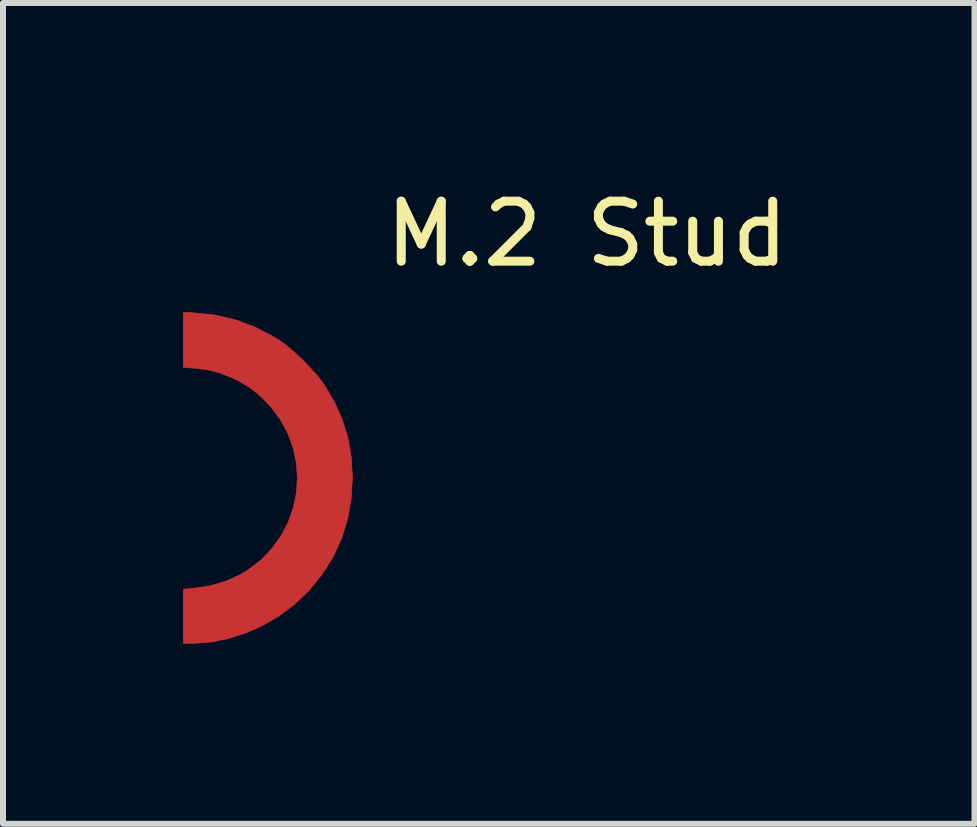
<source format=kicad_pcb>
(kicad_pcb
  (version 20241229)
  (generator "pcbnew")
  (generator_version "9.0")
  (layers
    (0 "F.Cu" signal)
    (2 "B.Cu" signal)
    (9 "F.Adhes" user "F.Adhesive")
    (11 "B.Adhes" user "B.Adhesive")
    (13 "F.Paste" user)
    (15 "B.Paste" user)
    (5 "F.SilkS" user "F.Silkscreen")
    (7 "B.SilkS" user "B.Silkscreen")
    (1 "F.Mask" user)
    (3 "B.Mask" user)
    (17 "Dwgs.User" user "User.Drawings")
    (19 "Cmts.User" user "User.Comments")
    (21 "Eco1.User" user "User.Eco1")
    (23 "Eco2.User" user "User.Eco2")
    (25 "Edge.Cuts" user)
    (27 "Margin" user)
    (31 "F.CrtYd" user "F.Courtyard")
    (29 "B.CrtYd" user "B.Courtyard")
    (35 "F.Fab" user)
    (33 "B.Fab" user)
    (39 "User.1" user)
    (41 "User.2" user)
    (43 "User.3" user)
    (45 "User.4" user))
  (footprint "M.2 Stud"
    (layer "F.Cu")
    (at 0.482 4.858)
    (property "Reference" "M.2 Stud" (at 6.25 -4.01 0) (layer "F.SilkS") (effects (font (size 1 1) (thickness 0.15))))
    (attr through_hole)
    (fp_poly (pts (xy -0.302 -2.695) (xy 0.043 -2.66) (xy 0.376 -2.584) (xy 0.697 -2.467) (xy 1.004 -2.31) (xy 1.153 -2.217) (xy 1.259 -2.138) (xy 1.381 -2.033) (xy 1.509 -1.912) (xy 1.633 -1.784) (xy 1.746 -1.659) (xy 1.837 -1.545) (xy 1.867 -1.503) (xy 2.041 -1.209) (xy 2.175 -0.91) (xy 2.269 -0.601) (xy 2.323 -0.278) (xy 2.341 0.052) (xy 2.321 0.403) (xy 2.263 0.737) (xy 2.165 1.054) (xy 2.029 1.355) (xy 1.853 1.64) (xy 1.639 1.909) (xy 1.608 1.943) (xy 1.378 2.162) (xy 1.122 2.354) (xy 0.846 2.516) (xy 0.556 2.645) (xy 0.255 2.739) (xy -0.049 2.797) (xy -0.323 2.814) (xy -0.477 2.814) (xy -0.477 1.91) (xy -0.313 1.896) (xy -0.024 1.852) (xy 0.243 1.773) (xy 0.486 1.661) (xy 0.595 1.595) (xy 0.813 1.427) (xy 0.998 1.235) (xy 1.15 1.024) (xy 1.269 0.797) (xy 1.354 0.559) (xy 1.406 0.312) (xy 1.423 0.061) (xy 1.406 -0.191) (xy 1.354 -0.439) (xy 1.266 -0.68) (xy 1.143 -0.91) (xy 0.984 -1.124) (xy 0.854 -1.261) (xy 0.721 -1.38) (xy 0.591 -1.474) (xy 0.449 -1.557) (xy 0.342 -1.609) (xy 0.137 -1.691) (xy -0.064 -1.744) (xy -0.281 -1.771) (xy -0.291 -1.772) (xy -0.477 -1.785) (xy -0.477 -2.703) (xy -0.302 -2.695)) (stroke (width 0.01) (type solid)) (fill yes) (layer "F.Cu"))
    (fp_poly (pts (xy -0.302 -2.695) (xy 0.043 -2.66) (xy 0.376 -2.584) (xy 0.697 -2.467) (xy 1.004 -2.31) (xy 1.153 -2.217) (xy 1.259 -2.138) (xy 1.381 -2.033) (xy 1.509 -1.912) (xy 1.633 -1.784) (xy 1.746 -1.659) (xy 1.837 -1.545) (xy 1.867 -1.503) (xy 2.041 -1.209) (xy 2.175 -0.91) (xy 2.269 -0.601) (xy 2.323 -0.278) (xy 2.341 0.052) (xy 2.321 0.403) (xy 2.263 0.737) (xy 2.165 1.054) (xy 2.029 1.355) (xy 1.853 1.64) (xy 1.639 1.909) (xy 1.608 1.943) (xy 1.378 2.162) (xy 1.122 2.354) (xy 0.846 2.516) (xy 0.556 2.645) (xy 0.255 2.739) (xy -0.049 2.797) (xy -0.323 2.814) (xy -0.477 2.814) (xy -0.477 1.91) (xy -0.313 1.896) (xy -0.024 1.852) (xy 0.243 1.773) (xy 0.486 1.661) (xy 0.595 1.595) (xy 0.813 1.427) (xy 0.998 1.235) (xy 1.15 1.024) (xy 1.269 0.797) (xy 1.354 0.559) (xy 1.406 0.312) (xy 1.423 0.061) (xy 1.406 -0.191) (xy 1.354 -0.439) (xy 1.266 -0.68) (xy 1.143 -0.91) (xy 0.984 -1.124) (xy 0.854 -1.261) (xy 0.721 -1.38) (xy 0.591 -1.474) (xy 0.449 -1.557) (xy 0.342 -1.609) (xy 0.137 -1.691) (xy -0.064 -1.744) (xy -0.281 -1.771) (xy -0.291 -1.772) (xy -0.477 -1.785) (xy -0.477 -2.703) (xy -0.302 -2.695)) (stroke (width 0.01) (type solid)) (fill yes) (layer "F.Mask")))
  (gr_rect
    (start -3 -3)
    (end 13.19 10.678)
    (stroke (width 0.1) (type default))
    (fill no)
    (layer "Edge.Cuts")))
</source>
